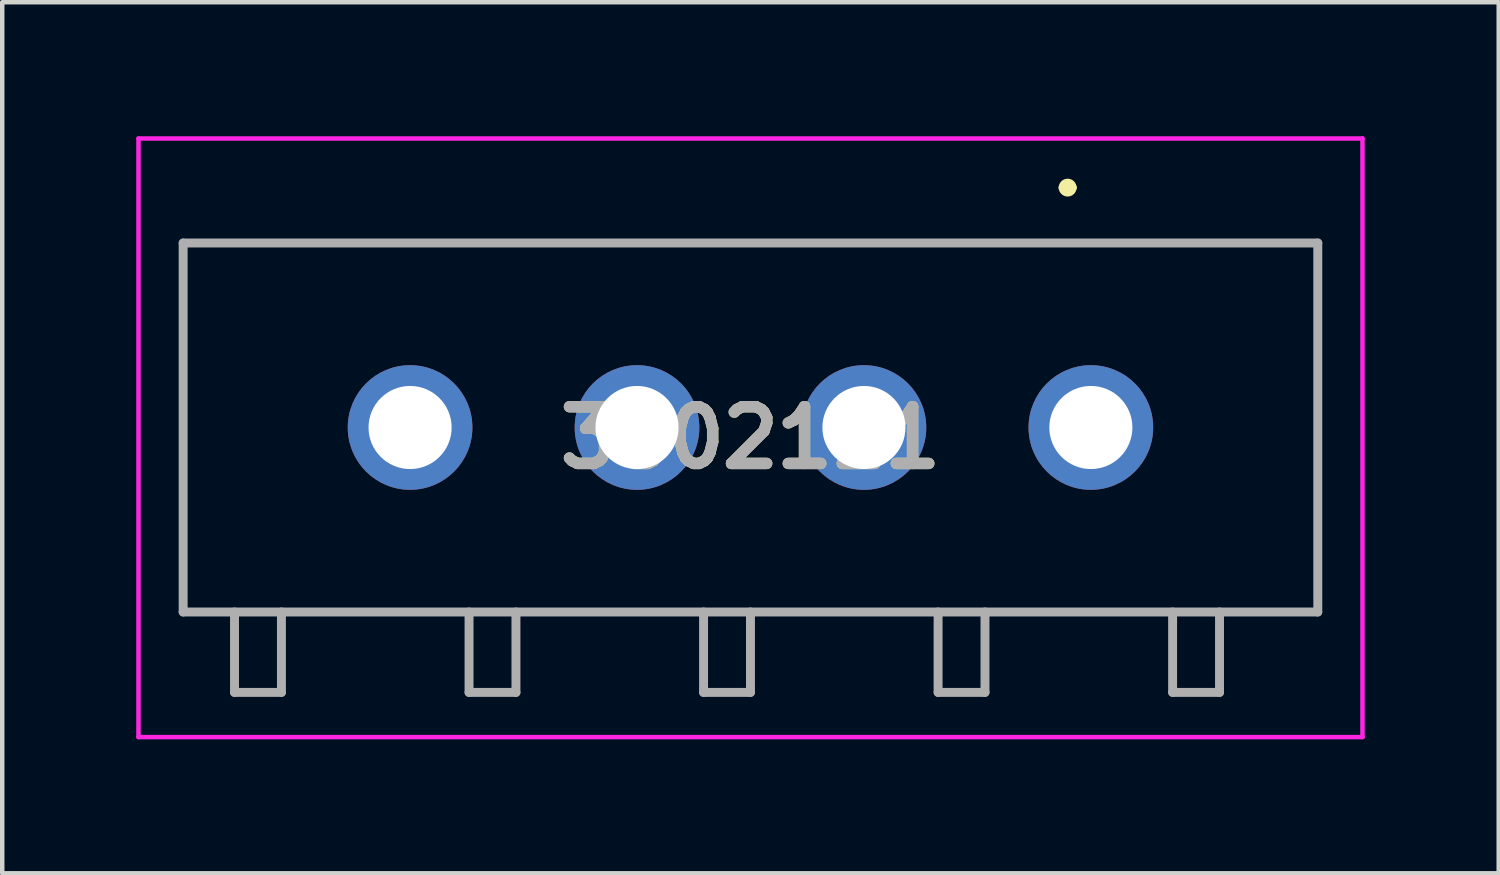
<source format=kicad_pcb>
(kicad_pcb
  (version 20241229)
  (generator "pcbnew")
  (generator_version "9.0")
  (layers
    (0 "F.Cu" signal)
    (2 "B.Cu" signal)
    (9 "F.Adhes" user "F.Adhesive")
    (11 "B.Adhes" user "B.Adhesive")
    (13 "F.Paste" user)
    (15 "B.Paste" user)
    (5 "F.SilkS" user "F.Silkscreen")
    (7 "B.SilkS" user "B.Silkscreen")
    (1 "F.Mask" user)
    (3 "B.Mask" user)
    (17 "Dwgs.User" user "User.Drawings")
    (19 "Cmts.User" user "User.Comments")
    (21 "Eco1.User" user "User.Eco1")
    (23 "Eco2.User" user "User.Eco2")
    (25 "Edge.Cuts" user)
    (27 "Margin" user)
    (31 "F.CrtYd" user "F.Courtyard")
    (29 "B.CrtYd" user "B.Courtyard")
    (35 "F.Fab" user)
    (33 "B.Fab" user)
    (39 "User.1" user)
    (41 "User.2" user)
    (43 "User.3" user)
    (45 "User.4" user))
  (footprint "3502111"
    (layer "F.Cu")
    (at 21.37 6.52)
    (property "Reference" "3502111" (at -7.62 0.23 0) (layer "F.SilkS") (effects (font (size 1.27 1.27) (thickness 0.254))))
    (attr through_hole)
    (fp_line (start -20.32 -4.13) (end 5.08 -4.13) (stroke (width 0.1) (type solid)) (layer "F.SilkS"))
    (fp_line (start -20.32 4.13) (end -20.32 -4.13) (stroke (width 0.1) (type solid)) (layer "F.SilkS"))
    (fp_line (start -0.62 -5.37) (end -0.62 -5.37) (stroke (width 0.2) (type solid)) (layer "F.SilkS"))
    (fp_line (start -0.42 -5.37) (end -0.42 -5.37) (stroke (width 0.2) (type solid)) (layer "F.SilkS"))
    (fp_line (start 5.08 -4.13) (end 5.08 4.13) (stroke (width 0.1) (type solid)) (layer "F.SilkS"))
    (fp_line (start 5.08 4.13) (end -20.32 4.13) (stroke (width 0.1) (type solid)) (layer "F.SilkS"))
    (fp_arc (start -0.62 -5.37) (mid -0.52 -5.47) (end -0.42 -5.37) (stroke (width 0.2) (type solid)) (layer "F.SilkS"))
    (fp_arc (start -0.42 -5.37) (mid -0.52 -5.27) (end -0.62 -5.37) (stroke (width 0.2) (type solid)) (layer "F.SilkS"))
    (fp_line (start -21.32 -6.47) (end 6.08 -6.47) (stroke (width 0.1) (type solid)) (layer "F.CrtYd"))
    (fp_line (start -21.32 6.93) (end -21.32 -6.47) (stroke (width 0.1) (type solid)) (layer "F.CrtYd"))
    (fp_line (start 6.08 -6.47) (end 6.08 6.93) (stroke (width 0.1) (type solid)) (layer "F.CrtYd"))
    (fp_line (start 6.08 6.93) (end -21.32 6.93) (stroke (width 0.1) (type solid)) (layer "F.CrtYd"))
    (fp_line (start -20.32 -4.13) (end 5.08 -4.13) (stroke (width 0.2) (type solid)) (layer "F.Fab"))
    (fp_line (start -20.32 4.13) (end -20.32 -4.13) (stroke (width 0.2) (type solid)) (layer "F.Fab"))
    (fp_line (start -19.17 4.13) (end -19.17 5.93) (stroke (width 0.2) (type solid)) (layer "F.Fab"))
    (fp_line (start -19.17 5.93) (end -18.12 5.93) (stroke (width 0.2) (type solid)) (layer "F.Fab"))
    (fp_line (start -18.12 5.93) (end -18.12 4.13) (stroke (width 0.2) (type solid)) (layer "F.Fab"))
    (fp_line (start -13.92 4.13) (end -13.92 5.93) (stroke (width 0.2) (type solid)) (layer "F.Fab"))
    (fp_line (start -13.92 5.93) (end -12.87 5.93) (stroke (width 0.2) (type solid)) (layer "F.Fab"))
    (fp_line (start -12.87 5.93) (end -12.87 4.13) (stroke (width 0.2) (type solid)) (layer "F.Fab"))
    (fp_line (start -8.67 4.13) (end -8.67 5.93) (stroke (width 0.2) (type solid)) (layer "F.Fab"))
    (fp_line (start -8.67 5.93) (end -7.62 5.93) (stroke (width 0.2) (type solid)) (layer "F.Fab"))
    (fp_line (start -7.62 5.93) (end -7.62 4.13) (stroke (width 0.2) (type solid)) (layer "F.Fab"))
    (fp_line (start -3.42 4.13) (end -3.42 5.93) (stroke (width 0.2) (type solid)) (layer "F.Fab"))
    (fp_line (start -3.42 5.93) (end -2.37 5.93) (stroke (width 0.2) (type solid)) (layer "F.Fab"))
    (fp_line (start -2.37 5.93) (end -2.37 4.13) (stroke (width 0.2) (type solid)) (layer "F.Fab"))
    (fp_line (start 1.83 4.13) (end 1.83 5.93) (stroke (width 0.2) (type solid)) (layer "F.Fab"))
    (fp_line (start 1.83 5.93) (end 2.88 5.93) (stroke (width 0.2) (type solid)) (layer "F.Fab"))
    (fp_line (start 2.88 5.93) (end 2.88 4.13) (stroke (width 0.2) (type solid)) (layer "F.Fab"))
    (fp_line (start 5.08 -4.13) (end 5.08 4.13) (stroke (width 0.2) (type solid)) (layer "F.Fab"))
    (fp_line (start 5.08 4.13) (end -20.32 4.13) (stroke (width 0.2) (type solid)) (layer "F.Fab"))
    (fp_text user "${REFERENCE}" (at -7.62 0.23 0) (layer "F.Fab") (effects (font (size 1.27 1.27) (thickness 0.254))))
    (pad "1" thru_hole circle (at 0 0) (size 2.79 2.79) (drill 1.86) (layers "*.Cu" "*.Mask"))
    (pad "2" thru_hole circle (at -5.08 0) (size 2.79 2.79) (drill 1.86) (layers "*.Cu" "*.Mask"))
    (pad "3" thru_hole circle (at -10.16 0) (size 2.79 2.79) (drill 1.86) (layers "*.Cu" "*.Mask"))
    (pad "4" thru_hole circle (at -15.24 0) (size 2.79 2.79) (drill 1.86) (layers "*.Cu" "*.Mask")))
  (gr_rect
    (start -3 -3)
    (end 30.5 16.5)
    (stroke (width 0.1) (type default))
    (fill no)
    (layer "Edge.Cuts")))
</source>
